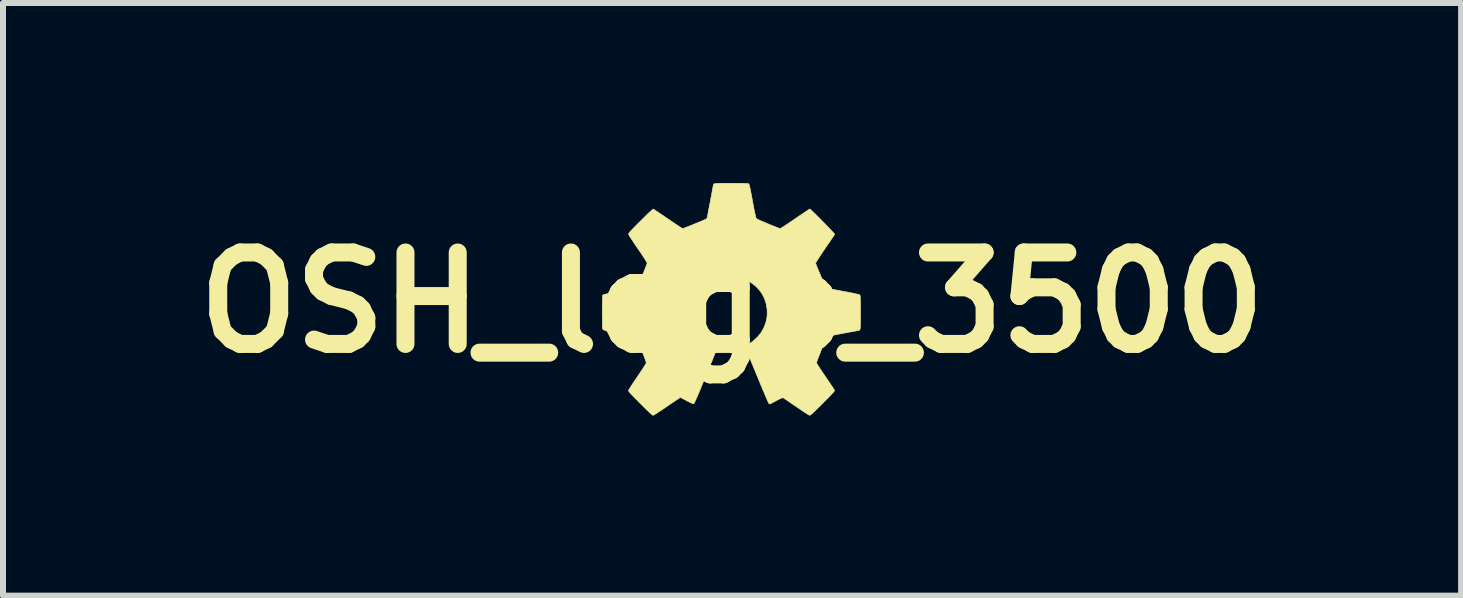
<source format=kicad_pcb>
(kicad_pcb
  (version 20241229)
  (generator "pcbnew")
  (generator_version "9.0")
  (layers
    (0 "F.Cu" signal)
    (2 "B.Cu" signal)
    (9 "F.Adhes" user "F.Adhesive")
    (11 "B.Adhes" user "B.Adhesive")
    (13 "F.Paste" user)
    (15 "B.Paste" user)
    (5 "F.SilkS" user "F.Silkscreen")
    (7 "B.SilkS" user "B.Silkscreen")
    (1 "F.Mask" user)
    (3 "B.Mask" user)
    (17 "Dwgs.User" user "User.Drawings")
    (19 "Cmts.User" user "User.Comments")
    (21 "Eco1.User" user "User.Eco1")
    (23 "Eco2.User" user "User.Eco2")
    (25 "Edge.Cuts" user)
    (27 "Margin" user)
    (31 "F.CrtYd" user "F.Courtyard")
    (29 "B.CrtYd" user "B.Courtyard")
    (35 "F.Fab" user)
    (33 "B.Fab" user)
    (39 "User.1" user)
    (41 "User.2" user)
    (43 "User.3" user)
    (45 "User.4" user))
  (footprint "OSH_logo_3500"
    (layer "F.Cu")
    (at 9.151 1.993)
    (property "Reference" "OSH_logo_3500" (at 0 0 0) (layer "F.SilkS") (effects (font (size 1.524 1.524) (thickness 0.3))))
    (attr through_hole)
    (fp_poly (pts (xy 0.064 -1.988) (xy 0.126 -1.988) (xy 0.176 -1.987) (xy 0.215 -1.986) (xy 0.243 -1.985) (xy 0.263 -1.983) (xy 0.274 -1.981) (xy 0.278 -1.979) (xy 0.282 -1.973) (xy 0.287 -1.958) (xy 0.293 -1.935) (xy 0.301 -1.901) (xy 0.31 -1.857) (xy 0.321 -1.8) (xy 0.334 -1.731) (xy 0.341 -1.691) (xy 0.356 -1.611) (xy 0.369 -1.545) (xy 0.38 -1.493) (xy 0.389 -1.452) (xy 0.396 -1.423) (xy 0.402 -1.406) (xy 0.405 -1.399) (xy 0.415 -1.394) (xy 0.435 -1.384) (xy 0.465 -1.37) (xy 0.502 -1.354) (xy 0.545 -1.336) (xy 0.589 -1.317) (xy 0.635 -1.298) (xy 0.679 -1.28) (xy 0.72 -1.264) (xy 0.755 -1.25) (xy 0.782 -1.24) (xy 0.799 -1.235) (xy 0.803 -1.234) (xy 0.811 -1.238) (xy 0.83 -1.249) (xy 0.858 -1.267) (xy 0.894 -1.29) (xy 0.936 -1.319) (xy 0.984 -1.351) (xy 1.036 -1.386) (xy 1.052 -1.397) (xy 1.104 -1.433) (xy 1.153 -1.466) (xy 1.197 -1.495) (xy 1.234 -1.52) (xy 1.264 -1.54) (xy 1.285 -1.553) (xy 1.295 -1.56) (xy 1.296 -1.56) (xy 1.304 -1.555) (xy 1.32 -1.541) (xy 1.343 -1.519) (xy 1.372 -1.491) (xy 1.406 -1.458) (xy 1.443 -1.421) (xy 1.482 -1.381) (xy 1.522 -1.341) (xy 1.561 -1.301) (xy 1.599 -1.262) (xy 1.633 -1.226) (xy 1.662 -1.195) (xy 1.686 -1.169) (xy 1.702 -1.15) (xy 1.71 -1.14) (xy 1.711 -1.138) (xy 1.706 -1.13) (xy 1.694 -1.112) (xy 1.675 -1.084) (xy 1.651 -1.048) (xy 1.623 -1.006) (xy 1.59 -0.959) (xy 1.555 -0.908) (xy 1.55 -0.9) (xy 1.515 -0.849) (xy 1.483 -0.801) (xy 1.454 -0.757) (xy 1.43 -0.72) (xy 1.411 -0.69) (xy 1.399 -0.669) (xy 1.393 -0.659) (xy 1.393 -0.658) (xy 1.396 -0.647) (xy 1.404 -0.626) (xy 1.416 -0.595) (xy 1.432 -0.557) (xy 1.449 -0.514) (xy 1.469 -0.469) (xy 1.488 -0.423) (xy 1.508 -0.378) (xy 1.526 -0.337) (xy 1.542 -0.302) (xy 1.555 -0.274) (xy 1.564 -0.257) (xy 1.568 -0.252) (xy 1.574 -0.247) (xy 1.588 -0.242) (xy 1.609 -0.237) (xy 1.638 -0.23) (xy 1.678 -0.221) (xy 1.729 -0.211) (xy 1.793 -0.199) (xy 1.851 -0.188) (xy 1.927 -0.174) (xy 1.988 -0.162) (xy 2.038 -0.152) (xy 2.076 -0.143) (xy 2.103 -0.137) (xy 2.121 -0.131) (xy 2.13 -0.127) (xy 2.132 -0.125) (xy 2.134 -0.118) (xy 2.136 -0.104) (xy 2.138 -0.082) (xy 2.139 -0.05) (xy 2.14 -0.007) (xy 2.141 0.047) (xy 2.141 0.114) (xy 2.141 0.164) (xy 2.141 0.236) (xy 2.141 0.295) (xy 2.14 0.341) (xy 2.139 0.378) (xy 2.138 0.405) (xy 2.137 0.425) (xy 2.135 0.439) (xy 2.133 0.447) (xy 2.13 0.452) (xy 2.129 0.453) (xy 2.119 0.462) (xy 2.114 0.464) (xy 2.106 0.466) (xy 2.085 0.469) (xy 2.054 0.475) (xy 2.013 0.483) (xy 1.964 0.491) (xy 1.909 0.502) (xy 1.851 0.512) (xy 1.775 0.527) (xy 1.712 0.539) (xy 1.662 0.549) (xy 1.625 0.558) (xy 1.599 0.565) (xy 1.585 0.57) (xy 1.581 0.572) (xy 1.576 0.582) (xy 1.566 0.603) (xy 1.552 0.634) (xy 1.536 0.672) (xy 1.518 0.715) (xy 1.499 0.761) (xy 1.48 0.809) (xy 1.462 0.856) (xy 1.445 0.9) (xy 1.43 0.938) (xy 1.418 0.97) (xy 1.411 0.993) (xy 1.408 1.004) (xy 1.408 1.004) (xy 1.412 1.013) (xy 1.423 1.032) (xy 1.441 1.061) (xy 1.464 1.097) (xy 1.492 1.139) (xy 1.524 1.186) (xy 1.558 1.236) (xy 1.592 1.287) (xy 1.624 1.333) (xy 1.652 1.375) (xy 1.676 1.411) (xy 1.694 1.439) (xy 1.706 1.458) (xy 1.71 1.466) (xy 1.706 1.474) (xy 1.692 1.491) (xy 1.668 1.517) (xy 1.636 1.552) (xy 1.595 1.594) (xy 1.547 1.642) (xy 1.511 1.679) (xy 1.458 1.731) (xy 1.415 1.774) (xy 1.381 1.807) (xy 1.353 1.833) (xy 1.332 1.853) (xy 1.316 1.866) (xy 1.305 1.874) (xy 1.297 1.878) (xy 1.291 1.878) (xy 1.291 1.878) (xy 1.281 1.873) (xy 1.261 1.861) (xy 1.231 1.843) (xy 1.195 1.819) (xy 1.153 1.791) (xy 1.106 1.759) (xy 1.071 1.735) (xy 1.022 1.702) (xy 0.977 1.671) (xy 0.937 1.643) (xy 0.903 1.62) (xy 0.877 1.603) (xy 0.86 1.592) (xy 0.854 1.588) (xy 0.849 1.586) (xy 0.841 1.587) (xy 0.83 1.59) (xy 0.813 1.597) (xy 0.79 1.608) (xy 0.758 1.624) (xy 0.717 1.646) (xy 0.67 1.671) (xy 0.646 1.683) (xy 0.631 1.689) (xy 0.621 1.689) (xy 0.614 1.684) (xy 0.614 1.684) (xy 0.61 1.675) (xy 0.6 1.654) (xy 0.586 1.623) (xy 0.568 1.582) (xy 0.548 1.533) (xy 0.524 1.477) (xy 0.498 1.416) (xy 0.471 1.351) (xy 0.443 1.283) (xy 0.414 1.214) (xy 0.386 1.144) (xy 0.358 1.077) (xy 0.331 1.011) (xy 0.306 0.95) (xy 0.284 0.894) (xy 0.264 0.845) (xy 0.248 0.803) (xy 0.235 0.772) (xy 0.228 0.75) (xy 0.225 0.741) (xy 0.231 0.728) (xy 0.251 0.712) (xy 0.267 0.701) (xy 0.35 0.643) (xy 0.422 0.577) (xy 0.481 0.505) (xy 0.527 0.426) (xy 0.561 0.342) (xy 0.58 0.253) (xy 0.586 0.202) (xy 0.584 0.108) (xy 0.569 0.019) (xy 0.541 -0.066) (xy 0.501 -0.145) (xy 0.449 -0.217) (xy 0.386 -0.281) (xy 0.313 -0.335) (xy 0.25 -0.37) (xy 0.182 -0.399) (xy 0.117 -0.418) (xy 0.05 -0.428) (xy -0.018 -0.43) (xy -0.111 -0.422) (xy -0.199 -0.401) (xy -0.282 -0.366) (xy -0.358 -0.32) (xy -0.426 -0.263) (xy -0.486 -0.195) (xy -0.536 -0.117) (xy -0.551 -0.086) (xy -0.573 -0.034) (xy -0.589 0.013) (xy -0.599 0.06) (xy -0.604 0.112) (xy -0.605 0.171) (xy -0.604 0.214) (xy -0.602 0.247) (xy -0.598 0.276) (xy -0.592 0.303) (xy -0.585 0.329) (xy -0.556 0.409) (xy -0.518 0.481) (xy -0.47 0.546) (xy -0.411 0.607) (xy -0.339 0.665) (xy -0.31 0.685) (xy -0.284 0.704) (xy -0.262 0.72) (xy -0.248 0.732) (xy -0.244 0.737) (xy -0.246 0.745) (xy -0.253 0.766) (xy -0.264 0.796) (xy -0.279 0.835) (xy -0.297 0.881) (xy -0.318 0.932) (xy -0.333 0.97) (xy -0.36 1.035) (xy -0.391 1.109) (xy -0.424 1.189) (xy -0.458 1.27) (xy -0.49 1.349) (xy -0.52 1.421) (xy -0.527 1.439) (xy -0.557 1.512) (xy -0.583 1.572) (xy -0.604 1.62) (xy -0.621 1.656) (xy -0.633 1.678) (xy -0.64 1.687) (xy -0.64 1.688) (xy -0.651 1.686) (xy -0.672 1.677) (xy -0.703 1.663) (xy -0.74 1.644) (xy -0.754 1.637) (xy -0.789 1.618) (xy -0.819 1.602) (xy -0.843 1.59) (xy -0.858 1.583) (xy -0.862 1.582) (xy -0.869 1.586) (xy -0.887 1.597) (xy -0.914 1.615) (xy -0.948 1.638) (xy -0.99 1.666) (xy -1.036 1.697) (xy -1.085 1.731) (xy -1.135 1.765) (xy -1.182 1.796) (xy -1.224 1.824) (xy -1.26 1.847) (xy -1.289 1.865) (xy -1.308 1.876) (xy -1.317 1.88) (xy -1.327 1.874) (xy -1.346 1.858) (xy -1.376 1.832) (xy -1.415 1.795) (xy -1.464 1.747) (xy -1.522 1.689) (xy -1.529 1.682) (xy -1.587 1.623) (xy -1.636 1.574) (xy -1.674 1.534) (xy -1.702 1.503) (xy -1.72 1.482) (xy -1.727 1.47) (xy -1.727 1.469) (xy -1.723 1.46) (xy -1.712 1.44) (xy -1.694 1.412) (xy -1.671 1.375) (xy -1.643 1.333) (xy -1.611 1.286) (xy -1.578 1.237) (xy -1.541 1.182) (xy -1.507 1.131) (xy -1.479 1.088) (xy -1.456 1.052) (xy -1.44 1.025) (xy -1.431 1.009) (xy -1.43 1.004) (xy -1.432 0.992) (xy -1.44 0.969) (xy -1.451 0.937) (xy -1.466 0.898) (xy -1.483 0.854) (xy -1.502 0.807) (xy -1.521 0.76) (xy -1.54 0.713) (xy -1.558 0.67) (xy -1.574 0.632) (xy -1.587 0.602) (xy -1.597 0.581) (xy -1.603 0.572) (xy -1.611 0.568) (xy -1.631 0.562) (xy -1.661 0.554) (xy -1.703 0.545) (xy -1.758 0.534) (xy -1.825 0.521) (xy -1.876 0.512) (xy -1.946 0.499) (xy -2.003 0.488) (xy -2.048 0.479) (xy -2.083 0.472) (xy -2.109 0.465) (xy -2.128 0.46) (xy -2.14 0.456) (xy -2.147 0.451) (xy -2.15 0.449) (xy -2.153 0.444) (xy -2.156 0.437) (xy -2.158 0.426) (xy -2.16 0.411) (xy -2.161 0.389) (xy -2.162 0.359) (xy -2.162 0.32) (xy -2.162 0.27) (xy -2.163 0.208) (xy -2.163 0.16) (xy -2.163 0.085) (xy -2.162 0.023) (xy -2.161 -0.026) (xy -2.16 -0.064) (xy -2.159 -0.092) (xy -2.157 -0.111) (xy -2.155 -0.122) (xy -2.154 -0.125) (xy -2.147 -0.129) (xy -2.131 -0.135) (xy -2.106 -0.141) (xy -2.071 -0.149) (xy -2.024 -0.158) (xy -1.965 -0.17) (xy -1.893 -0.183) (xy -1.883 -0.185) (xy -1.823 -0.196) (xy -1.766 -0.207) (xy -1.715 -0.217) (xy -1.672 -0.226) (xy -1.637 -0.233) (xy -1.613 -0.238) (xy -1.603 -0.241) (xy -1.596 -0.244) (xy -1.589 -0.251) (xy -1.582 -0.263) (xy -1.572 -0.281) (xy -1.559 -0.307) (xy -1.543 -0.342) (xy -1.524 -0.387) (xy -1.499 -0.444) (xy -1.478 -0.494) (xy -1.458 -0.541) (xy -1.442 -0.583) (xy -1.428 -0.617) (xy -1.419 -0.642) (xy -1.415 -0.656) (xy -1.415 -0.657) (xy -1.419 -0.668) (xy -1.432 -0.691) (xy -1.452 -0.723) (xy -1.479 -0.765) (xy -1.513 -0.817) (xy -1.554 -0.877) (xy -1.569 -0.898) (xy -1.604 -0.949) (xy -1.636 -0.997) (xy -1.665 -1.041) (xy -1.689 -1.078) (xy -1.708 -1.108) (xy -1.72 -1.129) (xy -1.725 -1.139) (xy -1.725 -1.139) (xy -1.725 -1.145) (xy -1.721 -1.153) (xy -1.713 -1.164) (xy -1.701 -1.18) (xy -1.682 -1.2) (xy -1.657 -1.227) (xy -1.624 -1.261) (xy -1.583 -1.302) (xy -1.532 -1.353) (xy -1.525 -1.36) (xy -1.466 -1.418) (xy -1.417 -1.467) (xy -1.377 -1.504) (xy -1.346 -1.532) (xy -1.325 -1.55) (xy -1.313 -1.558) (xy -1.311 -1.558) (xy -1.303 -1.553) (xy -1.284 -1.541) (xy -1.256 -1.522) (xy -1.22 -1.498) (xy -1.178 -1.469) (xy -1.13 -1.437) (xy -1.079 -1.402) (xy -1.067 -1.394) (xy -1.015 -1.358) (xy -0.967 -1.326) (xy -0.923 -1.296) (xy -0.886 -1.272) (xy -0.856 -1.253) (xy -0.835 -1.24) (xy -0.824 -1.234) (xy -0.823 -1.234) (xy -0.814 -1.236) (xy -0.793 -1.244) (xy -0.763 -1.255) (xy -0.725 -1.27) (xy -0.682 -1.287) (xy -0.651 -1.3) (xy -0.59 -1.325) (xy -0.54 -1.345) (xy -0.502 -1.361) (xy -0.473 -1.374) (xy -0.451 -1.383) (xy -0.437 -1.39) (xy -0.427 -1.395) (xy -0.422 -1.399) (xy -0.419 -1.403) (xy -0.417 -1.407) (xy -0.417 -1.407) (xy -0.415 -1.416) (xy -0.411 -1.437) (xy -0.404 -1.469) (xy -0.397 -1.509) (xy -0.388 -1.556) (xy -0.378 -1.607) (xy -0.367 -1.661) (xy -0.357 -1.716) (xy -0.347 -1.77) (xy -0.337 -1.821) (xy -0.329 -1.867) (xy -0.322 -1.905) (xy -0.316 -1.935) (xy -0.313 -1.954) (xy -0.312 -1.961) (xy -0.308 -1.969) (xy -0.301 -1.977) (xy -0.296 -1.98) (xy -0.289 -1.982) (xy -0.276 -1.984) (xy -0.258 -1.986) (xy -0.233 -1.987) (xy -0.198 -1.988) (xy -0.154 -1.988) (xy -0.098 -1.988) (xy -0.03 -1.988) (xy -0.012 -1.988) (xy 0.064 -1.988)) (stroke (width 0.01) (type solid)) (fill yes) (layer "F.SilkS")))
  (gr_rect
    (start -3 -3)
    (end 21.303 6.878)
    (stroke (width 0.1) (type default))
    (fill no)
    (layer "Edge.Cuts")))
</source>
